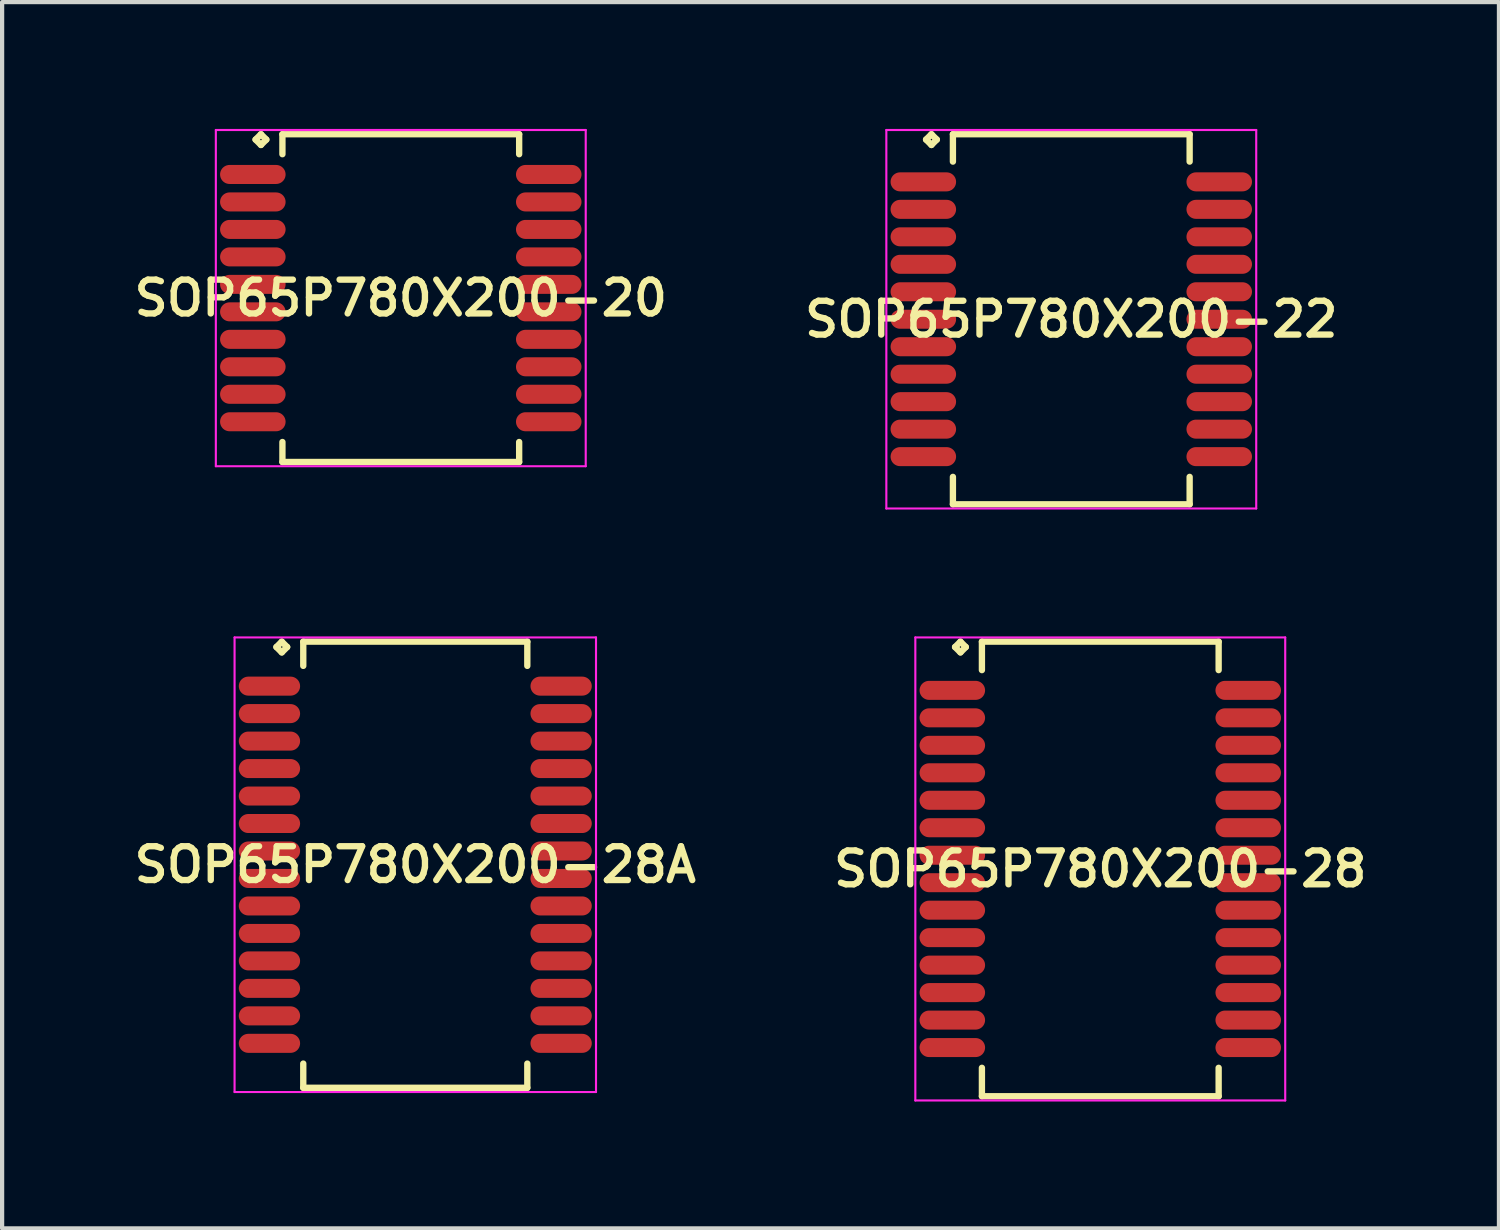
<source format=kicad_pcb>
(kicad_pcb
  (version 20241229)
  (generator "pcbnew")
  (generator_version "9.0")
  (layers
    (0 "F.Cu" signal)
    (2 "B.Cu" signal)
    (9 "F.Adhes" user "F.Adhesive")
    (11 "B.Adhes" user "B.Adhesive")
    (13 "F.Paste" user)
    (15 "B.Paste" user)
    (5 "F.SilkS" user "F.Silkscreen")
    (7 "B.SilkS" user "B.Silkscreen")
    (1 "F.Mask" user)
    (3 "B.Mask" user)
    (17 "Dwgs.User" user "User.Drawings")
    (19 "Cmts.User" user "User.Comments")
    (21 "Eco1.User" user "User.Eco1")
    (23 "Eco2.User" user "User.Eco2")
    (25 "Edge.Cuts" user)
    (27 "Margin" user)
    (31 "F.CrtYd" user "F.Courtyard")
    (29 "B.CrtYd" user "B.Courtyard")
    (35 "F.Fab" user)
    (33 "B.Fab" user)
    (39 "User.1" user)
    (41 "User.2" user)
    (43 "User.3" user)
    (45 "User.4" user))
  (footprint "SOP65P780X200-28"
    (layer "F.Cu")
    (at 22.978 17.506)
    (property "Reference" "SOP65P780X200-28" (at 0 0 0) (layer "F.SilkS") (effects (font (size 0.8 0.8) (thickness 0.15))))
    (attr smd)
    (fp_line (start -3.435 -5.25) (end -3.308 -5.377) (stroke (width 0.15) (type solid)) (layer "F.SilkS"))
    (fp_line (start -3.308 -5.377) (end -3.181 -5.25) (stroke (width 0.15) (type solid)) (layer "F.SilkS"))
    (fp_line (start -3.308 -5.123) (end -3.435 -5.25) (stroke (width 0.15) (type solid)) (layer "F.SilkS"))
    (fp_line (start -3.181 -5.25) (end -3.308 -5.123) (stroke (width 0.15) (type solid)) (layer "F.SilkS"))
    (fp_line (start -2.8 -5.377) (end 2.8 -5.377) (stroke (width 0.15) (type solid)) (layer "F.SilkS"))
    (fp_line (start -2.8 -4.704) (end -2.8 -5.377) (stroke (width 0.15) (type solid)) (layer "F.SilkS"))
    (fp_line (start -2.8 4.704) (end -2.8 5.377) (stroke (width 0.15) (type solid)) (layer "F.SilkS"))
    (fp_line (start -2.8 5.377) (end 2.8 5.377) (stroke (width 0.15) (type solid)) (layer "F.SilkS"))
    (fp_line (start 2.8 -5.377) (end 2.8 -4.704) (stroke (width 0.15) (type solid)) (layer "F.SilkS"))
    (fp_line (start 2.8 5.377) (end 2.8 4.704) (stroke (width 0.15) (type solid)) (layer "F.SilkS"))
    (fp_line (start -4.375 -5.477) (end 4.375 -5.477) (stroke (width 0.05) (type solid)) (layer "F.CrtYd"))
    (fp_line (start -4.375 5.477) (end -4.375 -5.477) (stroke (width 0.05) (type solid)) (layer "F.CrtYd"))
    (fp_line (start 4.375 -5.477) (end 4.375 5.477) (stroke (width 0.05) (type solid)) (layer "F.CrtYd"))
    (fp_line (start 4.375 5.477) (end -4.375 5.477) (stroke (width 0.05) (type solid)) (layer "F.CrtYd"))
    (pad "1" smd oval (at -3.5 -4.225) (size 1.55 0.45) (layers "F.Cu" "F.Mask" "F.Paste"))
    (pad "2" smd oval (at -3.5 -3.575) (size 1.55 0.45) (layers "F.Cu" "F.Mask" "F.Paste"))
    (pad "3" smd oval (at -3.5 -2.925) (size 1.55 0.45) (layers "F.Cu" "F.Mask" "F.Paste"))
    (pad "4" smd oval (at -3.5 -2.275) (size 1.55 0.45) (layers "F.Cu" "F.Mask" "F.Paste"))
    (pad "5" smd oval (at -3.5 -1.625) (size 1.55 0.45) (layers "F.Cu" "F.Mask" "F.Paste"))
    (pad "6" smd oval (at -3.5 -0.975) (size 1.55 0.45) (layers "F.Cu" "F.Mask" "F.Paste"))
    (pad "7" smd oval (at -3.5 -0.325) (size 1.55 0.45) (layers "F.Cu" "F.Mask" "F.Paste"))
    (pad "8" smd oval (at -3.5 0.325) (size 1.55 0.45) (layers "F.Cu" "F.Mask" "F.Paste"))
    (pad "9" smd oval (at -3.5 0.975) (size 1.55 0.45) (layers "F.Cu" "F.Mask" "F.Paste"))
    (pad "10" smd oval (at -3.5 1.625) (size 1.55 0.45) (layers "F.Cu" "F.Mask" "F.Paste"))
    (pad "11" smd oval (at -3.5 2.275) (size 1.55 0.45) (layers "F.Cu" "F.Mask" "F.Paste"))
    (pad "12" smd oval (at -3.5 2.925) (size 1.55 0.45) (layers "F.Cu" "F.Mask" "F.Paste"))
    (pad "13" smd oval (at -3.5 3.575) (size 1.55 0.45) (layers "F.Cu" "F.Mask" "F.Paste"))
    (pad "14" smd oval (at -3.5 4.225) (size 1.55 0.45) (layers "F.Cu" "F.Mask" "F.Paste"))
    (pad "15" smd oval (at 3.5 4.225) (size 1.55 0.45) (layers "F.Cu" "F.Mask" "F.Paste"))
    (pad "16" smd oval (at 3.5 3.575) (size 1.55 0.45) (layers "F.Cu" "F.Mask" "F.Paste"))
    (pad "17" smd oval (at 3.5 2.925) (size 1.55 0.45) (layers "F.Cu" "F.Mask" "F.Paste"))
    (pad "18" smd oval (at 3.5 2.275) (size 1.55 0.45) (layers "F.Cu" "F.Mask" "F.Paste"))
    (pad "19" smd oval (at 3.5 1.625) (size 1.55 0.45) (layers "F.Cu" "F.Mask" "F.Paste"))
    (pad "20" smd oval (at 3.5 0.975) (size 1.55 0.45) (layers "F.Cu" "F.Mask" "F.Paste"))
    (pad "21" smd oval (at 3.5 0.325) (size 1.55 0.45) (layers "F.Cu" "F.Mask" "F.Paste"))
    (pad "22" smd oval (at 3.5 -0.325) (size 1.55 0.45) (layers "F.Cu" "F.Mask" "F.Paste"))
    (pad "23" smd oval (at 3.5 -0.975) (size 1.55 0.45) (layers "F.Cu" "F.Mask" "F.Paste"))
    (pad "24" smd oval (at 3.5 -1.625) (size 1.55 0.45) (layers "F.Cu" "F.Mask" "F.Paste"))
    (pad "25" smd oval (at 3.5 -2.275) (size 1.55 0.45) (layers "F.Cu" "F.Mask" "F.Paste"))
    (pad "26" smd oval (at 3.5 -2.925) (size 1.55 0.45) (layers "F.Cu" "F.Mask" "F.Paste"))
    (pad "27" smd oval (at 3.5 -3.575) (size 1.55 0.45) (layers "F.Cu" "F.Mask" "F.Paste"))
    (pad "28" smd oval (at 3.5 -4.225) (size 1.55 0.45) (layers "F.Cu" "F.Mask" "F.Paste")))
  (footprint "SOP65P780X200-22"
    (layer "F.Cu")
    (at 22.292 4.502)
    (property "Reference" "SOP65P780X200-22" (at 0 0 0) (layer "F.SilkS") (effects (font (size 0.8 0.8) (thickness 0.15))))
    (attr smd)
    (fp_line (start -3.435 -4.25) (end -3.308 -4.377) (stroke (width 0.15) (type solid)) (layer "F.SilkS"))
    (fp_line (start -3.308 -4.377) (end -3.181 -4.25) (stroke (width 0.15) (type solid)) (layer "F.SilkS"))
    (fp_line (start -3.308 -4.123) (end -3.435 -4.25) (stroke (width 0.15) (type solid)) (layer "F.SilkS"))
    (fp_line (start -3.181 -4.25) (end -3.308 -4.123) (stroke (width 0.15) (type solid)) (layer "F.SilkS"))
    (fp_line (start -2.8 -4.377) (end 2.8 -4.377) (stroke (width 0.15) (type solid)) (layer "F.SilkS"))
    (fp_line (start -2.8 -3.729) (end -2.8 -4.377) (stroke (width 0.15) (type solid)) (layer "F.SilkS"))
    (fp_line (start -2.8 3.729) (end -2.8 4.377) (stroke (width 0.15) (type solid)) (layer "F.SilkS"))
    (fp_line (start -2.8 4.377) (end 2.8 4.377) (stroke (width 0.15) (type solid)) (layer "F.SilkS"))
    (fp_line (start 2.8 -4.377) (end 2.8 -3.729) (stroke (width 0.15) (type solid)) (layer "F.SilkS"))
    (fp_line (start 2.8 4.377) (end 2.8 3.729) (stroke (width 0.15) (type solid)) (layer "F.SilkS"))
    (fp_line (start -4.375 -4.477) (end 4.375 -4.477) (stroke (width 0.05) (type solid)) (layer "F.CrtYd"))
    (fp_line (start -4.375 4.477) (end -4.375 -4.477) (stroke (width 0.05) (type solid)) (layer "F.CrtYd"))
    (fp_line (start 4.375 -4.477) (end 4.375 4.477) (stroke (width 0.05) (type solid)) (layer "F.CrtYd"))
    (fp_line (start 4.375 4.477) (end -4.375 4.477) (stroke (width 0.05) (type solid)) (layer "F.CrtYd"))
    (pad "1" smd oval (at -3.5 -3.25) (size 1.55 0.45) (layers "F.Cu" "F.Mask" "F.Paste"))
    (pad "2" smd oval (at -3.5 -2.6) (size 1.55 0.45) (layers "F.Cu" "F.Mask" "F.Paste"))
    (pad "3" smd oval (at -3.5 -1.95) (size 1.55 0.45) (layers "F.Cu" "F.Mask" "F.Paste"))
    (pad "4" smd oval (at -3.5 -1.3) (size 1.55 0.45) (layers "F.Cu" "F.Mask" "F.Paste"))
    (pad "5" smd oval (at -3.5 -0.65) (size 1.55 0.45) (layers "F.Cu" "F.Mask" "F.Paste"))
    (pad "6" smd oval (at -3.5 0) (size 1.55 0.45) (layers "F.Cu" "F.Mask" "F.Paste"))
    (pad "7" smd oval (at -3.5 0.65) (size 1.55 0.45) (layers "F.Cu" "F.Mask" "F.Paste"))
    (pad "8" smd oval (at -3.5 1.3) (size 1.55 0.45) (layers "F.Cu" "F.Mask" "F.Paste"))
    (pad "9" smd oval (at -3.5 1.95) (size 1.55 0.45) (layers "F.Cu" "F.Mask" "F.Paste"))
    (pad "10" smd oval (at -3.5 2.6) (size 1.55 0.45) (layers "F.Cu" "F.Mask" "F.Paste"))
    (pad "11" smd oval (at -3.5 3.25) (size 1.55 0.45) (layers "F.Cu" "F.Mask" "F.Paste"))
    (pad "12" smd oval (at 3.5 3.25) (size 1.55 0.45) (layers "F.Cu" "F.Mask" "F.Paste"))
    (pad "13" smd oval (at 3.5 2.6) (size 1.55 0.45) (layers "F.Cu" "F.Mask" "F.Paste"))
    (pad "14" smd oval (at 3.5 1.95) (size 1.55 0.45) (layers "F.Cu" "F.Mask" "F.Paste"))
    (pad "15" smd oval (at 3.5 1.3) (size 1.55 0.45) (layers "F.Cu" "F.Mask" "F.Paste"))
    (pad "16" smd oval (at 3.5 0.65) (size 1.55 0.45) (layers "F.Cu" "F.Mask" "F.Paste"))
    (pad "17" smd oval (at 3.5 0) (size 1.55 0.45) (layers "F.Cu" "F.Mask" "F.Paste"))
    (pad "18" smd oval (at 3.5 -0.65) (size 1.55 0.45) (layers "F.Cu" "F.Mask" "F.Paste"))
    (pad "19" smd oval (at 3.5 -1.3) (size 1.55 0.45) (layers "F.Cu" "F.Mask" "F.Paste"))
    (pad "20" smd oval (at 3.5 -1.95) (size 1.55 0.45) (layers "F.Cu" "F.Mask" "F.Paste"))
    (pad "21" smd oval (at 3.5 -2.6) (size 1.55 0.45) (layers "F.Cu" "F.Mask" "F.Paste"))
    (pad "22" smd oval (at 3.5 -3.25) (size 1.55 0.45) (layers "F.Cu" "F.Mask" "F.Paste")))
  (footprint "SOP65P780X200-28A"
    (layer "F.Cu")
    (at 6.774 17.406)
    (property "Reference" "SOP65P780X200-28A" (at 0 0 0) (layer "F.SilkS") (effects (font (size 0.8 0.8) (thickness 0.15))))
    (attr smd)
    (fp_line (start -3.285 -5.15) (end -3.158 -5.277) (stroke (width 0.15) (type solid)) (layer "F.SilkS"))
    (fp_line (start -3.158 -5.277) (end -3.031 -5.15) (stroke (width 0.15) (type solid)) (layer "F.SilkS"))
    (fp_line (start -3.158 -5.023) (end -3.285 -5.15) (stroke (width 0.15) (type solid)) (layer "F.SilkS"))
    (fp_line (start -3.031 -5.15) (end -3.158 -5.023) (stroke (width 0.15) (type solid)) (layer "F.SilkS"))
    (fp_line (start -2.65 -5.277) (end 2.65 -5.277) (stroke (width 0.15) (type solid)) (layer "F.SilkS"))
    (fp_line (start -2.65 -4.704) (end -2.65 -5.277) (stroke (width 0.15) (type solid)) (layer "F.SilkS"))
    (fp_line (start -2.65 4.704) (end -2.65 5.277) (stroke (width 0.15) (type solid)) (layer "F.SilkS"))
    (fp_line (start -2.65 5.277) (end 2.65 5.277) (stroke (width 0.15) (type solid)) (layer "F.SilkS"))
    (fp_line (start 2.65 -5.277) (end 2.65 -4.704) (stroke (width 0.15) (type solid)) (layer "F.SilkS"))
    (fp_line (start 2.65 5.277) (end 2.65 4.704) (stroke (width 0.15) (type solid)) (layer "F.SilkS"))
    (fp_line (start -4.275 -5.377) (end 4.275 -5.377) (stroke (width 0.05) (type solid)) (layer "F.CrtYd"))
    (fp_line (start -4.275 5.377) (end -4.275 -5.377) (stroke (width 0.05) (type solid)) (layer "F.CrtYd"))
    (fp_line (start 4.275 -5.377) (end 4.275 5.377) (stroke (width 0.05) (type solid)) (layer "F.CrtYd"))
    (fp_line (start 4.275 5.377) (end -4.275 5.377) (stroke (width 0.05) (type solid)) (layer "F.CrtYd"))
    (pad "1" smd oval (at -3.45 -4.225) (size 1.45 0.45) (layers "F.Cu" "F.Mask" "F.Paste"))
    (pad "2" smd oval (at -3.45 -3.575) (size 1.45 0.45) (layers "F.Cu" "F.Mask" "F.Paste"))
    (pad "3" smd oval (at -3.45 -2.925) (size 1.45 0.45) (layers "F.Cu" "F.Mask" "F.Paste"))
    (pad "4" smd oval (at -3.45 -2.275) (size 1.45 0.45) (layers "F.Cu" "F.Mask" "F.Paste"))
    (pad "5" smd oval (at -3.45 -1.625) (size 1.45 0.45) (layers "F.Cu" "F.Mask" "F.Paste"))
    (pad "6" smd oval (at -3.45 -0.975) (size 1.45 0.45) (layers "F.Cu" "F.Mask" "F.Paste"))
    (pad "7" smd oval (at -3.45 -0.325) (size 1.45 0.45) (layers "F.Cu" "F.Mask" "F.Paste"))
    (pad "8" smd oval (at -3.45 0.325) (size 1.45 0.45) (layers "F.Cu" "F.Mask" "F.Paste"))
    (pad "9" smd oval (at -3.45 0.975) (size 1.45 0.45) (layers "F.Cu" "F.Mask" "F.Paste"))
    (pad "10" smd oval (at -3.45 1.625) (size 1.45 0.45) (layers "F.Cu" "F.Mask" "F.Paste"))
    (pad "11" smd oval (at -3.45 2.275) (size 1.45 0.45) (layers "F.Cu" "F.Mask" "F.Paste"))
    (pad "12" smd oval (at -3.45 2.925) (size 1.45 0.45) (layers "F.Cu" "F.Mask" "F.Paste"))
    (pad "13" smd oval (at -3.45 3.575) (size 1.45 0.45) (layers "F.Cu" "F.Mask" "F.Paste"))
    (pad "14" smd oval (at -3.45 4.225) (size 1.45 0.45) (layers "F.Cu" "F.Mask" "F.Paste"))
    (pad "15" smd oval (at 3.45 4.225) (size 1.45 0.45) (layers "F.Cu" "F.Mask" "F.Paste"))
    (pad "16" smd oval (at 3.45 3.575) (size 1.45 0.45) (layers "F.Cu" "F.Mask" "F.Paste"))
    (pad "17" smd oval (at 3.45 2.925) (size 1.45 0.45) (layers "F.Cu" "F.Mask" "F.Paste"))
    (pad "18" smd oval (at 3.45 2.275) (size 1.45 0.45) (layers "F.Cu" "F.Mask" "F.Paste"))
    (pad "19" smd oval (at 3.45 1.625) (size 1.45 0.45) (layers "F.Cu" "F.Mask" "F.Paste"))
    (pad "20" smd oval (at 3.45 0.975) (size 1.45 0.45) (layers "F.Cu" "F.Mask" "F.Paste"))
    (pad "21" smd oval (at 3.45 0.325) (size 1.45 0.45) (layers "F.Cu" "F.Mask" "F.Paste"))
    (pad "22" smd oval (at 3.45 -0.325) (size 1.45 0.45) (layers "F.Cu" "F.Mask" "F.Paste"))
    (pad "23" smd oval (at 3.45 -0.975) (size 1.45 0.45) (layers "F.Cu" "F.Mask" "F.Paste"))
    (pad "24" smd oval (at 3.45 -1.625) (size 1.45 0.45) (layers "F.Cu" "F.Mask" "F.Paste"))
    (pad "25" smd oval (at 3.45 -2.275) (size 1.45 0.45) (layers "F.Cu" "F.Mask" "F.Paste"))
    (pad "26" smd oval (at 3.45 -2.925) (size 1.45 0.45) (layers "F.Cu" "F.Mask" "F.Paste"))
    (pad "27" smd oval (at 3.45 -3.575) (size 1.45 0.45) (layers "F.Cu" "F.Mask" "F.Paste"))
    (pad "28" smd oval (at 3.45 -4.225) (size 1.45 0.45) (layers "F.Cu" "F.Mask" "F.Paste")))
  (footprint "SOP65P780X200-20"
    (layer "F.Cu")
    (at 6.431 4.002)
    (property "Reference" "SOP65P780X200-20" (at 0 0 0) (layer "F.SilkS") (effects (font (size 0.8 0.8) (thickness 0.15))))
    (attr smd)
    (fp_line (start -3.435 -3.75) (end -3.308 -3.877) (stroke (width 0.15) (type solid)) (layer "F.SilkS"))
    (fp_line (start -3.308 -3.877) (end -3.181 -3.75) (stroke (width 0.15) (type solid)) (layer "F.SilkS"))
    (fp_line (start -3.308 -3.623) (end -3.435 -3.75) (stroke (width 0.15) (type solid)) (layer "F.SilkS"))
    (fp_line (start -3.181 -3.75) (end -3.308 -3.623) (stroke (width 0.15) (type solid)) (layer "F.SilkS"))
    (fp_line (start -2.8 -3.877) (end 2.8 -3.877) (stroke (width 0.15) (type solid)) (layer "F.SilkS"))
    (fp_line (start -2.8 -3.404) (end -2.8 -3.877) (stroke (width 0.15) (type solid)) (layer "F.SilkS"))
    (fp_line (start -2.8 3.404) (end -2.8 3.877) (stroke (width 0.15) (type solid)) (layer "F.SilkS"))
    (fp_line (start -2.8 3.877) (end 2.8 3.877) (stroke (width 0.15) (type solid)) (layer "F.SilkS"))
    (fp_line (start 2.8 -3.877) (end 2.8 -3.404) (stroke (width 0.15) (type solid)) (layer "F.SilkS"))
    (fp_line (start 2.8 3.877) (end 2.8 3.404) (stroke (width 0.15) (type solid)) (layer "F.SilkS"))
    (fp_line (start -4.375 -3.977) (end 4.375 -3.977) (stroke (width 0.05) (type solid)) (layer "F.CrtYd"))
    (fp_line (start -4.375 3.977) (end -4.375 -3.977) (stroke (width 0.05) (type solid)) (layer "F.CrtYd"))
    (fp_line (start 4.375 -3.977) (end 4.375 3.977) (stroke (width 0.05) (type solid)) (layer "F.CrtYd"))
    (fp_line (start 4.375 3.977) (end -4.375 3.977) (stroke (width 0.05) (type solid)) (layer "F.CrtYd"))
    (pad "1" smd oval (at -3.5 -2.925) (size 1.55 0.45) (layers "F.Cu" "F.Mask" "F.Paste"))
    (pad "2" smd oval (at -3.5 -2.275) (size 1.55 0.45) (layers "F.Cu" "F.Mask" "F.Paste"))
    (pad "3" smd oval (at -3.5 -1.625) (size 1.55 0.45) (layers "F.Cu" "F.Mask" "F.Paste"))
    (pad "4" smd oval (at -3.5 -0.975) (size 1.55 0.45) (layers "F.Cu" "F.Mask" "F.Paste"))
    (pad "5" smd oval (at -3.5 -0.325) (size 1.55 0.45) (layers "F.Cu" "F.Mask" "F.Paste"))
    (pad "6" smd oval (at -3.5 0.325) (size 1.55 0.45) (layers "F.Cu" "F.Mask" "F.Paste"))
    (pad "7" smd oval (at -3.5 0.975) (size 1.55 0.45) (layers "F.Cu" "F.Mask" "F.Paste"))
    (pad "8" smd oval (at -3.5 1.625) (size 1.55 0.45) (layers "F.Cu" "F.Mask" "F.Paste"))
    (pad "9" smd oval (at -3.5 2.275) (size 1.55 0.45) (layers "F.Cu" "F.Mask" "F.Paste"))
    (pad "10" smd oval (at -3.5 2.925) (size 1.55 0.45) (layers "F.Cu" "F.Mask" "F.Paste"))
    (pad "11" smd oval (at 3.5 2.925) (size 1.55 0.45) (layers "F.Cu" "F.Mask" "F.Paste"))
    (pad "12" smd oval (at 3.5 2.275) (size 1.55 0.45) (layers "F.Cu" "F.Mask" "F.Paste"))
    (pad "13" smd oval (at 3.5 1.625) (size 1.55 0.45) (layers "F.Cu" "F.Mask" "F.Paste"))
    (pad "14" smd oval (at 3.5 0.975) (size 1.55 0.45) (layers "F.Cu" "F.Mask" "F.Paste"))
    (pad "15" smd oval (at 3.5 0.325) (size 1.55 0.45) (layers "F.Cu" "F.Mask" "F.Paste"))
    (pad "16" smd oval (at 3.5 -0.325) (size 1.55 0.45) (layers "F.Cu" "F.Mask" "F.Paste"))
    (pad "17" smd oval (at 3.5 -0.975) (size 1.55 0.45) (layers "F.Cu" "F.Mask" "F.Paste"))
    (pad "18" smd oval (at 3.5 -1.625) (size 1.55 0.45) (layers "F.Cu" "F.Mask" "F.Paste"))
    (pad "19" smd oval (at 3.5 -2.275) (size 1.55 0.45) (layers "F.Cu" "F.Mask" "F.Paste"))
    (pad "20" smd oval (at 3.5 -2.925) (size 1.55 0.45) (layers "F.Cu" "F.Mask" "F.Paste")))
  (gr_rect
    (start -3 -3)
    (end 32.409 26.008)
    (stroke (width 0.1) (type default))
    (fill no)
    (layer "Edge.Cuts")))
</source>
